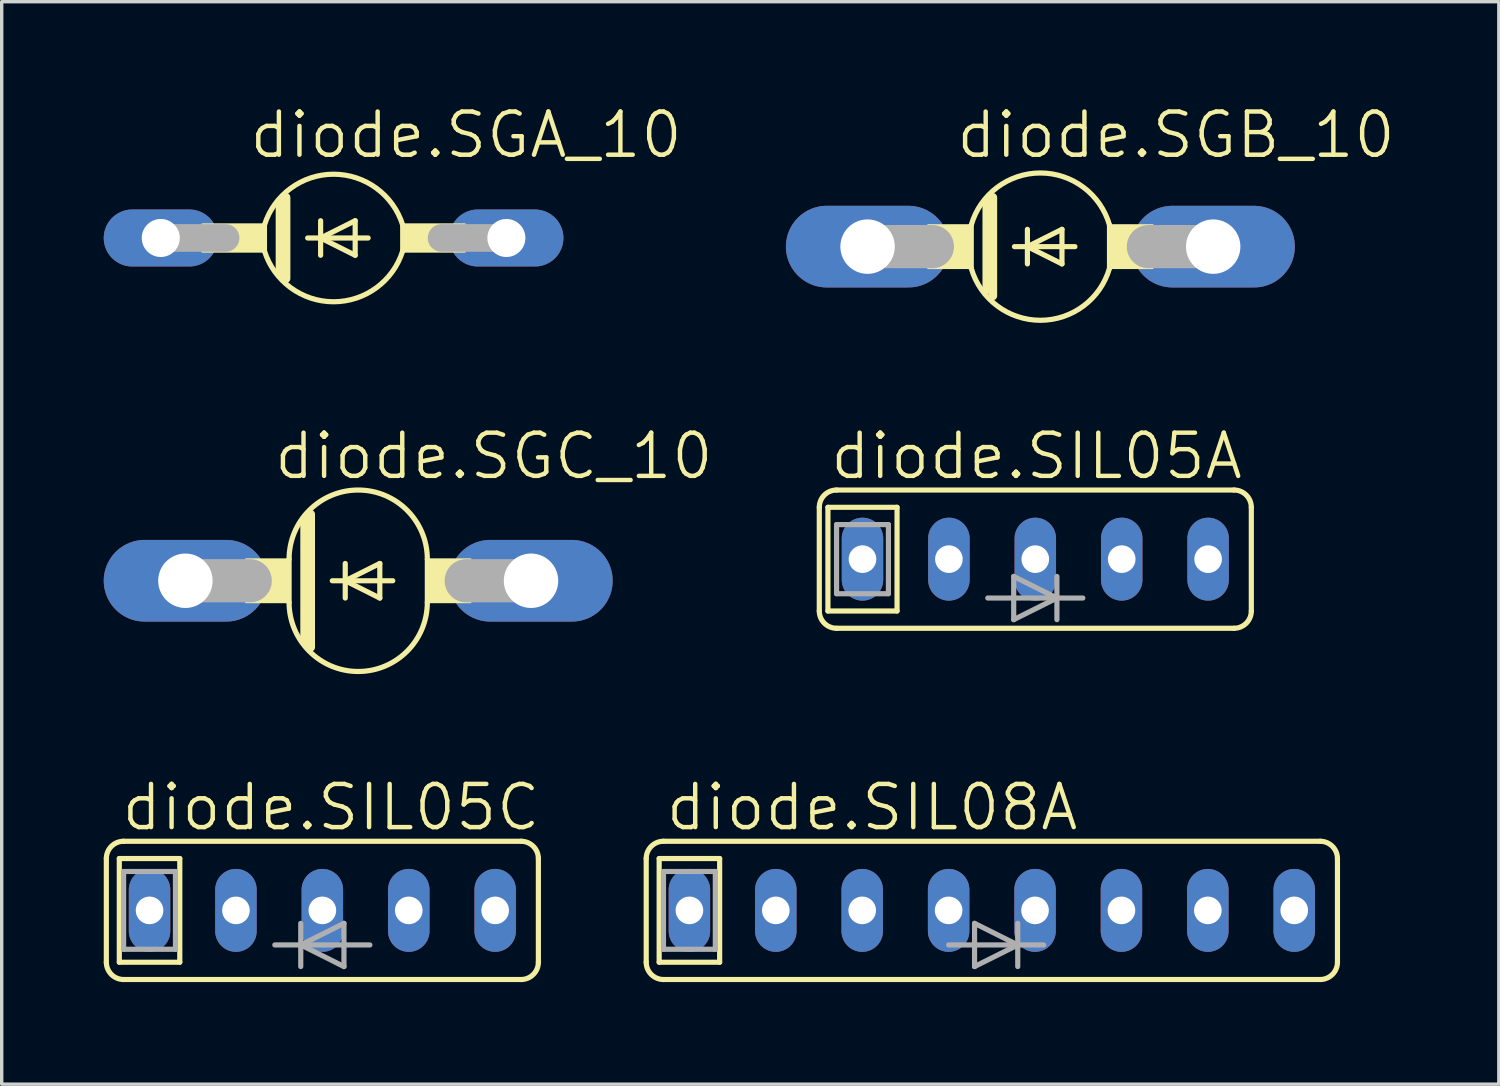
<source format=kicad_pcb>
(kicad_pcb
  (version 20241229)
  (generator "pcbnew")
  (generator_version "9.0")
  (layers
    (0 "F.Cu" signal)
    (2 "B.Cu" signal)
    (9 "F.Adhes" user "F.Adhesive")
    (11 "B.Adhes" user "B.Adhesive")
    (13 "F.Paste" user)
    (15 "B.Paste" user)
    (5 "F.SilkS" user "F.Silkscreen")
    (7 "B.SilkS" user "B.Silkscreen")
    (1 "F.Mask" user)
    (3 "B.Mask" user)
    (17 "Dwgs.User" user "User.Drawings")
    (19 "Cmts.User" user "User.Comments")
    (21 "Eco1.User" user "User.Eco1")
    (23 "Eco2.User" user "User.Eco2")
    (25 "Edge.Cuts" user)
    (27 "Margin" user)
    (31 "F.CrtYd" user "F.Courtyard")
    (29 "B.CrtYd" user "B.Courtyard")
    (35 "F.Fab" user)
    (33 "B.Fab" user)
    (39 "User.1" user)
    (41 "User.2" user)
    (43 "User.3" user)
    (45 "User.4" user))
  (footprint "diode.SGC_10"
    (layer "F.Cu")
    (at 7.48 14.022)
    (property "Reference" "diode.SGC_10" (at -2.54 -2.921 0) (layer "F.SilkS") (effects (font (size 1.27 1.27) (thickness 0.13)) (justify left bottom)))
    (attr through_hole)
    (fp_line (start -2.032 -0.635) (end -2.032 0.635) (stroke (width 0.152) (type default)) (layer "F.SilkS"))
    (fp_line (start -1.575 -1.778) (end -1.575 1.778) (stroke (width 0.254) (type default)) (layer "F.SilkS"))
    (fp_line (start -1.397 -1.956) (end -1.397 1.956) (stroke (width 0.254) (type default)) (layer "F.SilkS"))
    (fp_line (start -0.762 0) (end -0.381 0) (stroke (width 0.152) (type default)) (layer "F.SilkS"))
    (fp_line (start -0.381 -0.508) (end -0.381 0) (stroke (width 0.152) (type default)) (layer "F.SilkS"))
    (fp_line (start -0.381 0) (end -0.381 0.508) (stroke (width 0.152) (type default)) (layer "F.SilkS"))
    (fp_line (start -0.381 0) (end 0.635 -0.508) (stroke (width 0.152) (type default)) (layer "F.SilkS"))
    (fp_line (start -0.381 0) (end 1.016 0) (stroke (width 0.152) (type default)) (layer "F.SilkS"))
    (fp_line (start 0.635 -0.508) (end 0.635 0.508) (stroke (width 0.152) (type default)) (layer "F.SilkS"))
    (fp_line (start 0.635 0.508) (end -0.381 0) (stroke (width 0.152) (type default)) (layer "F.SilkS"))
    (fp_line (start 2.032 -0.635) (end 2.032 0.635) (stroke (width 0.152) (type default)) (layer "F.SilkS"))
    (fp_rect (start -3.302 0.635) (end -2.032 -0.635) (stroke (width 0.05) (type default)) (fill yes) (layer "F.SilkS"))
    (fp_rect (start 2.032 0.635) (end 3.302 -0.635) (stroke (width 0.05) (type default)) (fill yes) (layer "F.SilkS"))
    (fp_arc (start -2.032 -0.635) (mid 0 -2.667) (end 2.032 -0.635) (stroke (width 0.1524) (type default)) (layer "F.SilkS"))
    (fp_arc (start 2.032 0.635) (mid 0 2.667) (end -2.032 0.635) (stroke (width 0.1524) (type default)) (layer "F.SilkS"))
    (fp_line (start -5.08 0) (end -3.175 0) (stroke (width 1.27) (type default)) (layer "F.Fab"))
    (fp_line (start 5.08 0) (end 3.175 0) (stroke (width 1.27) (type default)) (layer "F.Fab"))
    (pad "A" thru_hole oval (at 5.08 0) (size 4.801 2.4) (drill 1.6) (layers "*.Cu" "*.Mask"))
    (pad "C" thru_hole oval (at -5.08 0) (size 4.801 2.4) (drill 1.6) (layers "*.Cu" "*.Mask")))
  (footprint "diode.SIL05A"
    (layer "F.Cu")
    (at 27.384 13.387)
    (property "Reference" "diode.SIL05A" (at -6.096 -2.286 0) (layer "F.SilkS") (effects (font (size 1.27 1.27) (thickness 0.13)) (justify left bottom)))
    (attr through_hole)
    (fp_line (start -6.35 1.524) (end -6.35 -1.524) (stroke (width 0.152) (type default)) (layer "F.SilkS"))
    (fp_line (start -6.096 -1.524) (end -6.096 1.524) (stroke (width 0.152) (type default)) (layer "F.SilkS"))
    (fp_line (start -4.064 -1.524) (end -6.096 -1.524) (stroke (width 0.152) (type default)) (layer "F.SilkS"))
    (fp_line (start -4.064 -1.524) (end -4.064 1.524) (stroke (width 0.152) (type default)) (layer "F.SilkS"))
    (fp_line (start -4.064 1.524) (end -6.096 1.524) (stroke (width 0.152) (type default)) (layer "F.SilkS"))
    (fp_line (start 5.842 -2.032) (end -5.842 -2.032) (stroke (width 0.152) (type default)) (layer "F.SilkS"))
    (fp_line (start 5.842 2.032) (end -5.842 2.032) (stroke (width 0.152) (type default)) (layer "F.SilkS"))
    (fp_line (start 6.35 1.524) (end 6.35 -1.524) (stroke (width 0.152) (type default)) (layer "F.SilkS"))
    (fp_arc (start -6.35 -1.524) (mid -6.20121 -1.88321) (end -5.842 -2.032) (stroke (width 0.1524) (type default)) (layer "F.SilkS"))
    (fp_arc (start -5.842 2.032) (mid -6.20121 1.88321) (end -6.35 1.524) (stroke (width 0.1524) (type default)) (layer "F.SilkS"))
    (fp_arc (start 5.842 -2.032) (mid 6.20121 -1.88321) (end 6.35 -1.524) (stroke (width 0.1524) (type default)) (layer "F.SilkS"))
    (fp_arc (start 6.35 1.524) (mid 6.20121 1.88321) (end 5.842 2.032) (stroke (width 0.1524) (type default)) (layer "F.SilkS"))
    (fp_line (start -5.842 -1.016) (end -4.318 -1.016) (stroke (width 0.152) (type default)) (layer "F.Fab"))
    (fp_line (start -5.842 1.016) (end -5.842 -1.016) (stroke (width 0.152) (type default)) (layer "F.Fab"))
    (fp_line (start -4.318 -1.016) (end -4.318 1.016) (stroke (width 0.152) (type default)) (layer "F.Fab"))
    (fp_line (start -4.318 1.016) (end -5.842 1.016) (stroke (width 0.152) (type default)) (layer "F.Fab"))
    (fp_line (start -1.397 1.143) (end -0.635 1.143) (stroke (width 0.152) (type default)) (layer "F.Fab"))
    (fp_line (start -0.635 0.508) (end 0.635 1.143) (stroke (width 0.152) (type default)) (layer "F.Fab"))
    (fp_line (start -0.635 1.143) (end -0.635 0.508) (stroke (width 0.152) (type default)) (layer "F.Fab"))
    (fp_line (start -0.635 1.143) (end 0.635 1.143) (stroke (width 0.152) (type default)) (layer "F.Fab"))
    (fp_line (start -0.635 1.778) (end -0.635 1.143) (stroke (width 0.152) (type default)) (layer "F.Fab"))
    (fp_line (start 0.635 0.508) (end 0.635 1.143) (stroke (width 0.152) (type default)) (layer "F.Fab"))
    (fp_line (start 0.635 1.143) (end -0.635 1.778) (stroke (width 0.152) (type default)) (layer "F.Fab"))
    (fp_line (start 0.635 1.143) (end 0.635 1.778) (stroke (width 0.152) (type default)) (layer "F.Fab"))
    (fp_line (start 1.397 1.143) (end 0.635 1.143) (stroke (width 0.152) (type default)) (layer "F.Fab"))
    (pad "1" thru_hole oval (at -5.08 0 90) (size 2.438 1.219) (drill 0.813) (layers "*.Cu" "*.Mask"))
    (pad "2" thru_hole oval (at -2.54 0 90) (size 2.438 1.219) (drill 0.813) (layers "*.Cu" "*.Mask"))
    (pad "3" thru_hole oval (at 0 0 90) (size 2.438 1.219) (drill 0.813) (layers "*.Cu" "*.Mask"))
    (pad "4" thru_hole oval (at 2.54 0 90) (size 2.438 1.219) (drill 0.813) (layers "*.Cu" "*.Mask"))
    (pad "5" thru_hole oval (at 5.08 0 90) (size 2.438 1.219) (drill 0.813) (layers "*.Cu" "*.Mask")))
  (footprint "diode.SGA_10"
    (layer "F.Cu")
    (at 6.756 3.946)
    (property "Reference" "diode.SGA_10" (at -2.54 -2.286 0) (layer "F.SilkS") (effects (font (size 1.27 1.27) (thickness 0.13)) (justify left bottom)))
    (attr through_hole)
    (fp_line (start -2.032 -0.381) (end -2.032 0.381) (stroke (width 0.152) (type default)) (layer "F.SilkS"))
    (fp_line (start -1.575 -1.041) (end -1.575 1.016) (stroke (width 0.254) (type default)) (layer "F.SilkS"))
    (fp_line (start -1.397 -1.194) (end -1.397 1.194) (stroke (width 0.254) (type default)) (layer "F.SilkS"))
    (fp_line (start -0.762 0) (end -0.381 0) (stroke (width 0.152) (type default)) (layer "F.SilkS"))
    (fp_line (start -0.381 -0.508) (end -0.381 0) (stroke (width 0.152) (type default)) (layer "F.SilkS"))
    (fp_line (start -0.381 0) (end -0.381 0.508) (stroke (width 0.152) (type default)) (layer "F.SilkS"))
    (fp_line (start -0.381 0) (end 0.635 -0.508) (stroke (width 0.152) (type default)) (layer "F.SilkS"))
    (fp_line (start -0.381 0) (end 1.016 0) (stroke (width 0.152) (type default)) (layer "F.SilkS"))
    (fp_line (start 0.635 -0.508) (end 0.635 0.508) (stroke (width 0.152) (type default)) (layer "F.SilkS"))
    (fp_line (start 0.635 0.508) (end -0.381 0) (stroke (width 0.152) (type default)) (layer "F.SilkS"))
    (fp_line (start 2.032 -0.381) (end 2.032 0.381) (stroke (width 0.152) (type default)) (layer "F.SilkS"))
    (fp_rect (start -3.861 0.406) (end -2.032 -0.406) (stroke (width 0.05) (type default)) (fill yes) (layer "F.SilkS"))
    (fp_rect (start 2.032 0.406) (end 3.861 -0.406) (stroke (width 0.05) (type default)) (fill yes) (layer "F.SilkS"))
    (fp_arc (start -2.032 -0.381) (mid 0 -1.874908) (end 2.032 -0.381) (stroke (width 0.1524) (type default)) (layer "F.SilkS"))
    (fp_arc (start 2.032 0.381) (mid 0 1.874908) (end -2.032 0.381) (stroke (width 0.1524) (type default)) (layer "F.SilkS"))
    (fp_line (start -5.08 0) (end -3.175 0) (stroke (width 0.813) (type default)) (layer "F.Fab"))
    (fp_line (start 5.08 0) (end 3.175 0) (stroke (width 0.813) (type default)) (layer "F.Fab"))
    (pad "A" thru_hole oval (at 5.08 0) (size 3.353 1.676) (drill 1.118) (layers "*.Cu" "*.Mask"))
    (pad "C" thru_hole oval (at -5.08 0) (size 3.353 1.676) (drill 1.118) (layers "*.Cu" "*.Mask")))
  (footprint "diode.SIL08A"
    (layer "F.Cu")
    (at 26.106 23.712)
    (property "Reference" "diode.SIL08A" (at -9.652 -2.286 0) (layer "F.SilkS") (effects (font (size 1.27 1.27) (thickness 0.13)) (justify left bottom)))
    (attr through_hole)
    (fp_line (start -10.16 -1.524) (end -10.16 1.524) (stroke (width 0.152) (type default)) (layer "F.SilkS"))
    (fp_line (start -9.779 -1.524) (end -8.001 -1.524) (stroke (width 0.152) (type default)) (layer "F.SilkS"))
    (fp_line (start -9.779 1.524) (end -9.779 -1.524) (stroke (width 0.152) (type default)) (layer "F.SilkS"))
    (fp_line (start -9.652 2.032) (end 9.652 2.032) (stroke (width 0.152) (type default)) (layer "F.SilkS"))
    (fp_line (start -8.001 -1.524) (end -8.001 1.524) (stroke (width 0.152) (type default)) (layer "F.SilkS"))
    (fp_line (start -8.001 1.524) (end -9.779 1.524) (stroke (width 0.152) (type default)) (layer "F.SilkS"))
    (fp_line (start 9.652 -2.032) (end -9.652 -2.032) (stroke (width 0.152) (type default)) (layer "F.SilkS"))
    (fp_line (start 10.16 -1.524) (end 10.16 1.524) (stroke (width 0.152) (type default)) (layer "F.SilkS"))
    (fp_arc (start -10.16 -1.524) (mid -10.01121 -1.88321) (end -9.652 -2.032) (stroke (width 0.1524) (type default)) (layer "F.SilkS"))
    (fp_arc (start -9.652 2.032) (mid -10.01121 1.88321) (end -10.16 1.524) (stroke (width 0.1524) (type default)) (layer "F.SilkS"))
    (fp_arc (start 9.652 -2.032) (mid 10.01121 -1.88321) (end 10.16 -1.524) (stroke (width 0.1524) (type default)) (layer "F.SilkS"))
    (fp_arc (start 10.16 1.524) (mid 10.01121 1.88321) (end 9.652 2.032) (stroke (width 0.1524) (type default)) (layer "F.SilkS"))
    (fp_line (start -9.652 -1.143) (end -8.128 -1.143) (stroke (width 0.152) (type default)) (layer "F.Fab"))
    (fp_line (start -9.652 1.143) (end -9.652 -1.143) (stroke (width 0.152) (type default)) (layer "F.Fab"))
    (fp_line (start -8.128 -1.143) (end -8.128 1.143) (stroke (width 0.152) (type default)) (layer "F.Fab"))
    (fp_line (start -8.128 1.143) (end -9.652 1.143) (stroke (width 0.152) (type default)) (layer "F.Fab"))
    (fp_line (start -1.27 1.016) (end -0.508 1.016) (stroke (width 0.152) (type default)) (layer "F.Fab"))
    (fp_line (start -0.508 0.381) (end 0.762 1.016) (stroke (width 0.152) (type default)) (layer "F.Fab"))
    (fp_line (start -0.508 1.016) (end -0.508 0.381) (stroke (width 0.152) (type default)) (layer "F.Fab"))
    (fp_line (start -0.508 1.016) (end 0.762 1.016) (stroke (width 0.152) (type default)) (layer "F.Fab"))
    (fp_line (start -0.508 1.651) (end -0.508 1.016) (stroke (width 0.152) (type default)) (layer "F.Fab"))
    (fp_line (start 0.762 0.381) (end 0.762 1.016) (stroke (width 0.152) (type default)) (layer "F.Fab"))
    (fp_line (start 0.762 1.016) (end -0.508 1.651) (stroke (width 0.152) (type default)) (layer "F.Fab"))
    (fp_line (start 0.762 1.016) (end 0.762 1.651) (stroke (width 0.152) (type default)) (layer "F.Fab"))
    (fp_line (start 1.524 1.016) (end 0.762 1.016) (stroke (width 0.152) (type default)) (layer "F.Fab"))
    (pad "1" thru_hole oval (at -8.89 0 90) (size 2.438 1.219) (drill 0.813) (layers "*.Cu" "*.Mask"))
    (pad "2" thru_hole oval (at -6.35 0 90) (size 2.438 1.219) (drill 0.813) (layers "*.Cu" "*.Mask"))
    (pad "3" thru_hole oval (at -3.81 0 90) (size 2.438 1.219) (drill 0.813) (layers "*.Cu" "*.Mask"))
    (pad "4" thru_hole oval (at -1.27 0 90) (size 2.438 1.219) (drill 0.813) (layers "*.Cu" "*.Mask"))
    (pad "5" thru_hole oval (at 1.27 0 90) (size 2.438 1.219) (drill 0.813) (layers "*.Cu" "*.Mask"))
    (pad "6" thru_hole oval (at 3.81 0 90) (size 2.438 1.219) (drill 0.813) (layers "*.Cu" "*.Mask"))
    (pad "7" thru_hole oval (at 6.35 0 90) (size 2.438 1.219) (drill 0.813) (layers "*.Cu" "*.Mask"))
    (pad "8" thru_hole oval (at 8.89 0 90) (size 2.438 1.219) (drill 0.813) (layers "*.Cu" "*.Mask")))
  (footprint "diode.SIL05C"
    (layer "F.Cu")
    (at 6.426 23.712)
    (property "Reference" "diode.SIL05C" (at -5.969 -2.286 0) (layer "F.SilkS") (effects (font (size 1.27 1.27) (thickness 0.13)) (justify left bottom)))
    (attr through_hole)
    (fp_line (start -6.35 1.524) (end -6.35 -1.524) (stroke (width 0.152) (type default)) (layer "F.SilkS"))
    (fp_line (start -5.969 -1.524) (end -5.969 1.524) (stroke (width 0.152) (type default)) (layer "F.SilkS"))
    (fp_line (start -4.191 -1.524) (end -5.969 -1.524) (stroke (width 0.152) (type default)) (layer "F.SilkS"))
    (fp_line (start -4.191 -1.524) (end -4.191 1.524) (stroke (width 0.152) (type default)) (layer "F.SilkS"))
    (fp_line (start -4.191 1.524) (end -5.969 1.524) (stroke (width 0.152) (type default)) (layer "F.SilkS"))
    (fp_line (start 5.842 -2.032) (end -5.842 -2.032) (stroke (width 0.152) (type default)) (layer "F.SilkS"))
    (fp_line (start 5.842 2.032) (end -5.842 2.032) (stroke (width 0.152) (type default)) (layer "F.SilkS"))
    (fp_line (start 6.35 1.524) (end 6.35 -1.524) (stroke (width 0.152) (type default)) (layer "F.SilkS"))
    (fp_arc (start -6.35 -1.524) (mid -6.20121 -1.88321) (end -5.842 -2.032) (stroke (width 0.1524) (type default)) (layer "F.SilkS"))
    (fp_arc (start -5.842 2.032) (mid -6.20121 1.88321) (end -6.35 1.524) (stroke (width 0.1524) (type default)) (layer "F.SilkS"))
    (fp_arc (start 5.842 -2.032) (mid 6.20121 -1.88321) (end 6.35 -1.524) (stroke (width 0.1524) (type default)) (layer "F.SilkS"))
    (fp_arc (start 6.35 1.524) (mid 6.20121 1.88321) (end 5.842 2.032) (stroke (width 0.1524) (type default)) (layer "F.SilkS"))
    (fp_line (start -5.842 -1.143) (end -4.318 -1.143) (stroke (width 0.152) (type default)) (layer "F.Fab"))
    (fp_line (start -5.842 1.143) (end -5.842 -1.143) (stroke (width 0.152) (type default)) (layer "F.Fab"))
    (fp_line (start -4.318 -1.143) (end -4.318 1.143) (stroke (width 0.152) (type default)) (layer "F.Fab"))
    (fp_line (start -4.318 1.143) (end -5.842 1.143) (stroke (width 0.152) (type default)) (layer "F.Fab"))
    (fp_line (start -1.397 1.016) (end -0.635 1.016) (stroke (width 0.152) (type default)) (layer "F.Fab"))
    (fp_line (start -0.635 1.016) (end -0.635 0.381) (stroke (width 0.152) (type default)) (layer "F.Fab"))
    (fp_line (start -0.635 1.016) (end 0.635 0.381) (stroke (width 0.152) (type default)) (layer "F.Fab"))
    (fp_line (start -0.635 1.651) (end -0.635 1.016) (stroke (width 0.152) (type default)) (layer "F.Fab"))
    (fp_line (start 0.635 0.381) (end 0.635 1.016) (stroke (width 0.152) (type default)) (layer "F.Fab"))
    (fp_line (start 0.635 1.016) (end -0.635 1.016) (stroke (width 0.152) (type default)) (layer "F.Fab"))
    (fp_line (start 0.635 1.016) (end 0.635 1.651) (stroke (width 0.152) (type default)) (layer "F.Fab"))
    (fp_line (start 0.635 1.651) (end -0.635 1.016) (stroke (width 0.152) (type default)) (layer "F.Fab"))
    (fp_line (start 1.397 1.016) (end 0.635 1.016) (stroke (width 0.152) (type default)) (layer "F.Fab"))
    (pad "1" thru_hole oval (at -5.08 0 90) (size 2.438 1.219) (drill 0.813) (layers "*.Cu" "*.Mask"))
    (pad "2" thru_hole oval (at -2.54 0 90) (size 2.438 1.219) (drill 0.813) (layers "*.Cu" "*.Mask"))
    (pad "3" thru_hole oval (at 0 0 90) (size 2.438 1.219) (drill 0.813) (layers "*.Cu" "*.Mask"))
    (pad "4" thru_hole oval (at 2.54 0 90) (size 2.438 1.219) (drill 0.813) (layers "*.Cu" "*.Mask"))
    (pad "5" thru_hole oval (at 5.08 0 90) (size 2.438 1.219) (drill 0.813) (layers "*.Cu" "*.Mask")))
  (footprint "diode.SGB_10"
    (layer "F.Cu")
    (at 27.533 4.2)
    (property "Reference" "diode.SGB_10" (at -2.54 -2.54 0) (layer "F.SilkS") (effects (font (size 1.27 1.27) (thickness 0.13)) (justify left bottom)))
    (attr through_hole)
    (fp_line (start -2.032 -0.635) (end -2.032 0.635) (stroke (width 0.152) (type default)) (layer "F.SilkS"))
    (fp_line (start -1.575 -1.295) (end -1.575 1.27) (stroke (width 0.254) (type default)) (layer "F.SilkS"))
    (fp_line (start -1.397 -1.448) (end -1.397 1.448) (stroke (width 0.254) (type default)) (layer "F.SilkS"))
    (fp_line (start -0.762 0) (end -0.381 0) (stroke (width 0.152) (type default)) (layer "F.SilkS"))
    (fp_line (start -0.381 -0.508) (end -0.381 0) (stroke (width 0.152) (type default)) (layer "F.SilkS"))
    (fp_line (start -0.381 0) (end -0.381 0.508) (stroke (width 0.152) (type default)) (layer "F.SilkS"))
    (fp_line (start -0.381 0) (end 0.635 -0.508) (stroke (width 0.152) (type default)) (layer "F.SilkS"))
    (fp_line (start -0.381 0) (end 1.016 0) (stroke (width 0.152) (type default)) (layer "F.SilkS"))
    (fp_line (start 0.635 -0.508) (end 0.635 0.508) (stroke (width 0.152) (type default)) (layer "F.SilkS"))
    (fp_line (start 0.635 0.508) (end -0.381 0) (stroke (width 0.152) (type default)) (layer "F.SilkS"))
    (fp_line (start 2.032 -0.635) (end 2.032 0.635) (stroke (width 0.152) (type default)) (layer "F.SilkS"))
    (fp_rect (start -3.302 0.635) (end -2.032 -0.635) (stroke (width 0.05) (type default)) (fill yes) (layer "F.SilkS"))
    (fp_rect (start 2.032 0.635) (end 3.302 -0.635) (stroke (width 0.05) (type default)) (fill yes) (layer "F.SilkS"))
    (fp_arc (start -2.032 -0.635) (mid 0 -2.165112) (end 2.032 -0.635) (stroke (width 0.1524) (type default)) (layer "F.SilkS"))
    (fp_arc (start 2.032 0.635) (mid 0 2.165112) (end -2.032 0.635) (stroke (width 0.1524) (type default)) (layer "F.SilkS"))
    (fp_line (start -5.08 0) (end -3.175 0) (stroke (width 1.27) (type default)) (layer "F.Fab"))
    (fp_line (start 5.08 0) (end 3.175 0) (stroke (width 1.27) (type default)) (layer "F.Fab"))
    (pad "A" thru_hole oval (at 5.08 0) (size 4.801 2.4) (drill 1.6) (layers "*.Cu" "*.Mask"))
    (pad "C" thru_hole oval (at -5.08 0) (size 4.801 2.4) (drill 1.6) (layers "*.Cu" "*.Mask")))
  (gr_rect
    (start -3 -3)
    (end 41.01 28.82)
    (stroke (width 0.1) (type default))
    (fill no)
    (layer "Edge.Cuts")))
</source>
